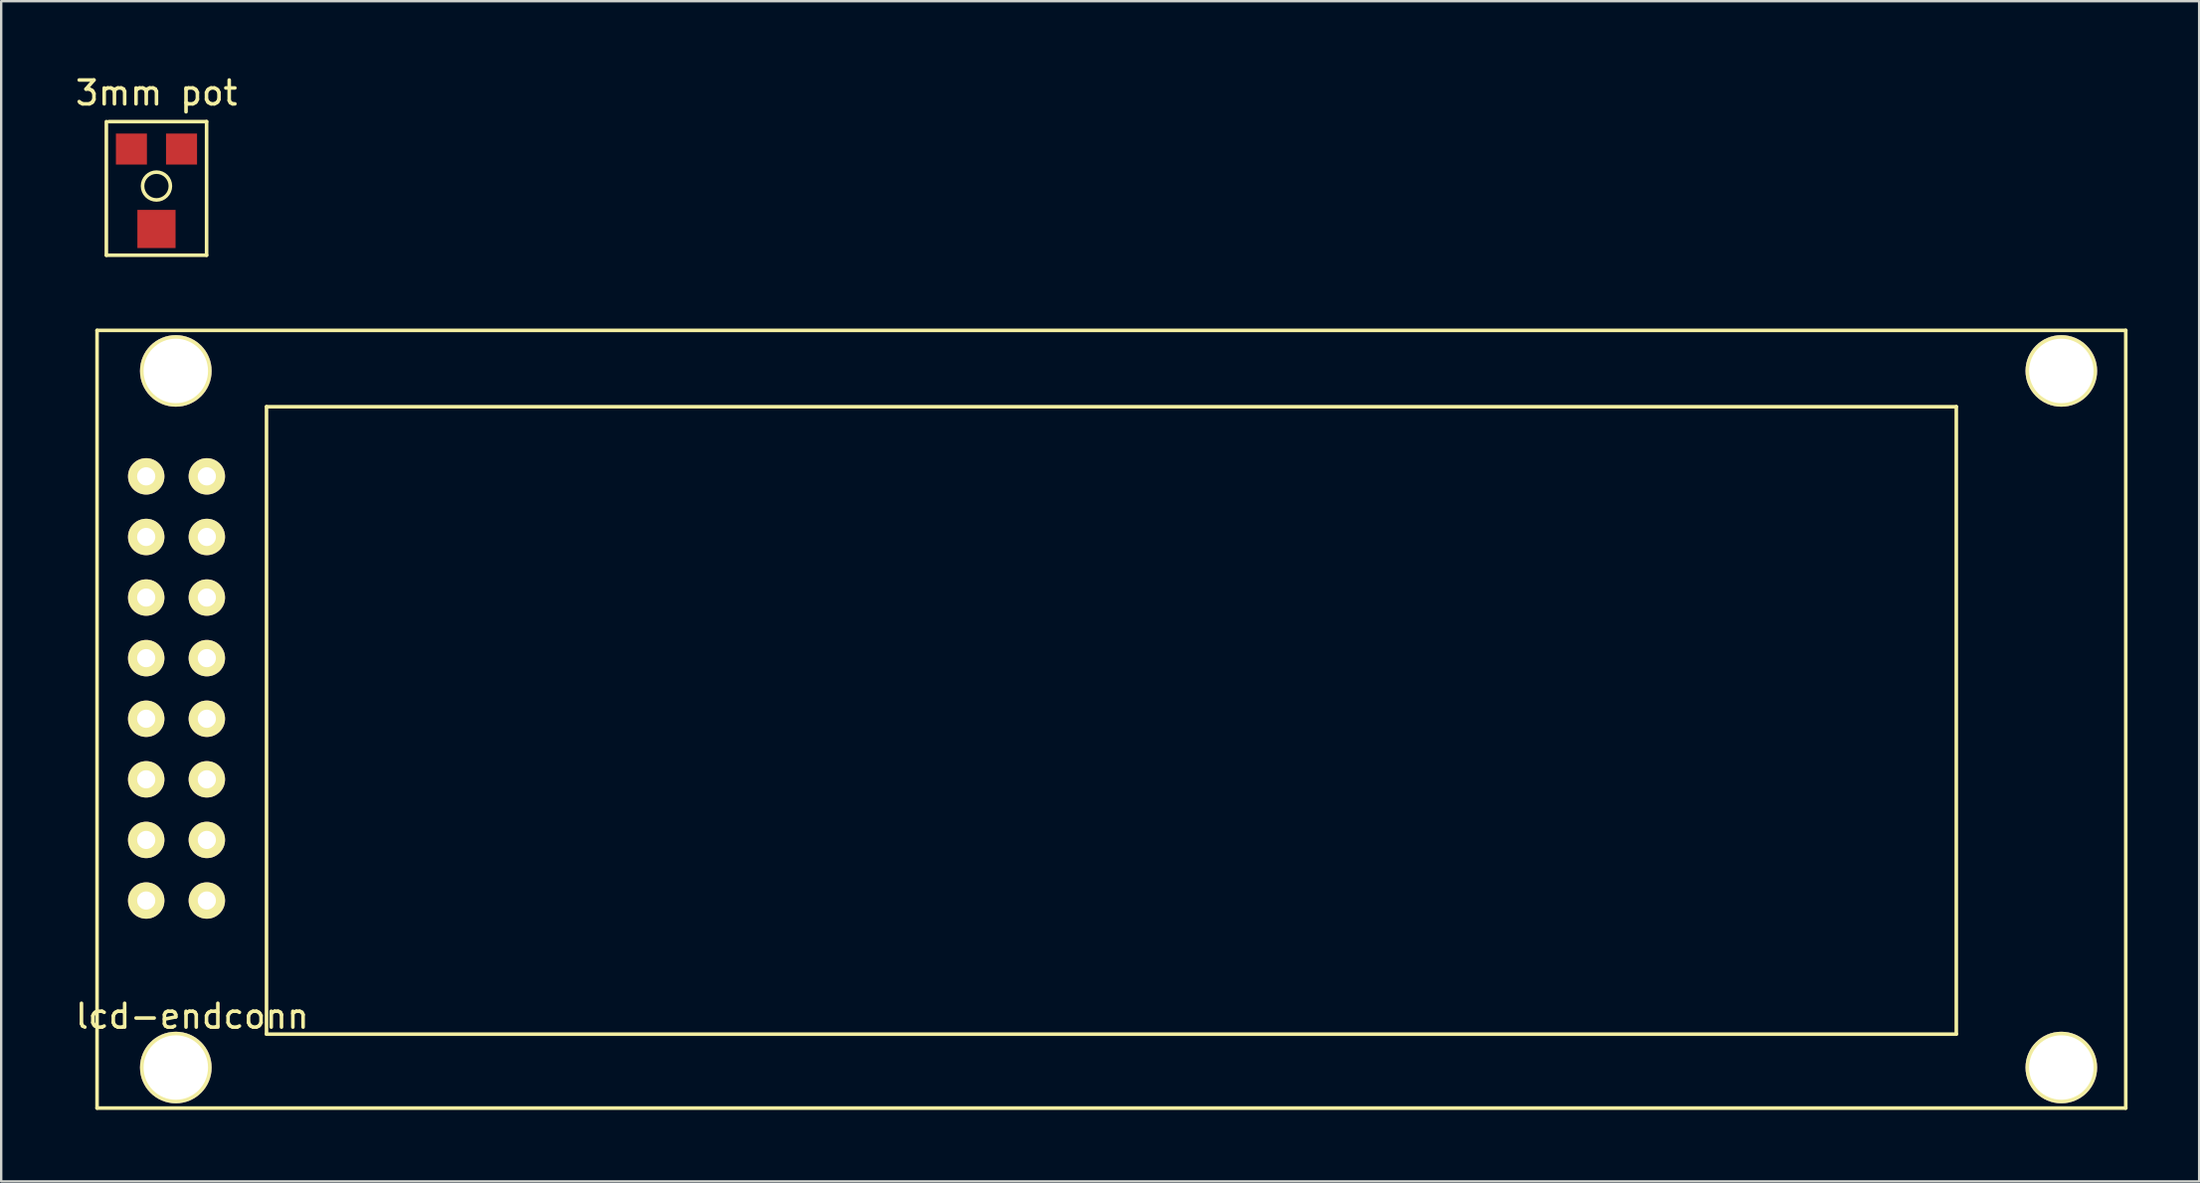
<source format=kicad_pcb>
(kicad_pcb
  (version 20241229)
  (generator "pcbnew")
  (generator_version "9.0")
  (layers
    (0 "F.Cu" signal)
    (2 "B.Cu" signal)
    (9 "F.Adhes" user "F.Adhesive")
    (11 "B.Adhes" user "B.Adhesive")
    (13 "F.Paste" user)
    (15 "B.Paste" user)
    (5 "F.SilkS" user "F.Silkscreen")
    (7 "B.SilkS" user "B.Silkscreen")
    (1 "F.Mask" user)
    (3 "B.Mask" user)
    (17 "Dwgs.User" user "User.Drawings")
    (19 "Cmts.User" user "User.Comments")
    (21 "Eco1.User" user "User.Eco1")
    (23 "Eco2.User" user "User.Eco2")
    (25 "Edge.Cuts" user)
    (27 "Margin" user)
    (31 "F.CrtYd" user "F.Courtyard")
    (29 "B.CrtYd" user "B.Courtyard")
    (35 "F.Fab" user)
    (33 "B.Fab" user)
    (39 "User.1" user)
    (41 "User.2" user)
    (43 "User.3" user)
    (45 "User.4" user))
  (footprint "3mm pot"
    (layer "F.Cu")
    (at 3.506 5.048)
    (property "Reference" "3mm pot" (at 0 -4.2 0) (layer "F.SilkS") (effects (font (size 1 1) (thickness 0.15))))
    (attr through_hole)
    (fp_line (start -2.1 2.6) (end -2.1 -3) (stroke (width 0.15) (type solid)) (layer "F.SilkS"))
    (fp_line (start -2 -3) (end 2.1 -3) (stroke (width 0.15) (type solid)) (layer "F.SilkS"))
    (fp_line (start 2.1 -3) (end 2.1 2.6) (stroke (width 0.15) (type solid)) (layer "F.SilkS"))
    (fp_line (start 2.1 2.6) (end -2.1 2.6) (stroke (width 0.15) (type solid)) (layer "F.SilkS"))
    (fp_circle (center 0 -0.3) (end 0.3 0.2) (stroke (width 0.15) (type solid)) (fill no) (layer "F.SilkS"))
    (pad "1" smd rect (at -1.05 -1.85) (size 1.3 1.3) (layers "F.Cu" "F.Mask" "F.Paste"))
    (pad "2" smd rect (at 1.05 -1.85) (size 1.3 1.3) (layers "F.Cu" "F.Mask" "F.Paste"))
    (pad "3" smd rect (at 0 1.5) (size 1.6 1.6) (layers "F.Cu" "F.Mask" "F.Paste")))
  (footprint "lcd-endconn"
    (layer "F.Cu")
    (at 5.616 34.698)
    (property "Reference" "lcd-endconn" (at -0.61 4.851 0) (layer "F.SilkS") (effects (font (size 1 1) (thickness 0.15))))
    (attr through_hole)
    (fp_line (start -4.6 8.7) (end -4.6 -23.9) (stroke (width 0.15) (type solid)) (layer "F.SilkS"))
    (fp_line (start -4.6 8.7) (end 80.4 8.7) (stroke (width 0.15) (type solid)) (layer "F.SilkS"))
    (fp_line (start 2.5 -20.7) (end 73.3 -20.7) (stroke (width 0.15) (type solid)) (layer "F.SilkS"))
    (fp_line (start 2.5 5.6) (end 2.5 -20.7) (stroke (width 0.15) (type solid)) (layer "F.SilkS"))
    (fp_line (start 73.3 -20.7) (end 73.3 5.6) (stroke (width 0.15) (type solid)) (layer "F.SilkS"))
    (fp_line (start 73.3 5.6) (end 2.5 5.6) (stroke (width 0.15) (type solid)) (layer "F.SilkS"))
    (fp_line (start 80.4 -23.9) (end -4.6 -23.9) (stroke (width 0.15) (type solid)) (layer "F.SilkS"))
    (fp_line (start 80.4 8.7) (end 80.4 -23.9) (stroke (width 0.15) (type solid)) (layer "F.SilkS"))
    (pad "1" thru_hole circle (at 0 0) (size 1.524 1.524) (drill 0.762) (layers "*.Cu" "*.Mask" "F.SilkS"))
    (pad "2" thru_hole circle (at -2.54 0) (size 1.524 1.524) (drill 0.762) (layers "*.Cu" "*.Mask" "F.SilkS"))
    (pad "3" thru_hole circle (at 0 -2.54) (size 1.524 1.524) (drill 0.762) (layers "*.Cu" "*.Mask" "F.SilkS"))
    (pad "4" thru_hole circle (at -2.54 -2.54) (size 1.524 1.524) (drill 0.762) (layers "*.Cu" "*.Mask" "F.SilkS"))
    (pad "5" thru_hole circle (at 0 -5.08) (size 1.524 1.524) (drill 0.762) (layers "*.Cu" "*.Mask" "F.SilkS"))
    (pad "6" thru_hole circle (at -2.54 -5.08) (size 1.524 1.524) (drill 0.762) (layers "*.Cu" "*.Mask" "F.SilkS"))
    (pad "7" thru_hole circle (at 0 -7.62) (size 1.524 1.524) (drill 0.762) (layers "*.Cu" "*.Mask" "F.SilkS"))
    (pad "8" thru_hole circle (at -2.54 -7.62) (size 1.524 1.524) (drill 0.762) (layers "*.Cu" "*.Mask" "F.SilkS"))
    (pad "9" thru_hole circle (at 0 -10.16) (size 1.524 1.524) (drill 0.762) (layers "*.Cu" "*.Mask" "F.SilkS"))
    (pad "10" thru_hole circle (at -2.54 -10.16) (size 1.524 1.524) (drill 0.762) (layers "*.Cu" "*.Mask" "F.SilkS"))
    (pad "11" thru_hole circle (at 0 -12.7) (size 1.524 1.524) (drill 0.762) (layers "*.Cu" "*.Mask" "F.SilkS"))
    (pad "12" thru_hole circle (at -2.54 -12.7) (size 1.524 1.524) (drill 0.762) (layers "*.Cu" "*.Mask" "F.SilkS"))
    (pad "13" thru_hole circle (at 0 -15.24) (size 1.524 1.524) (drill 0.762) (layers "*.Cu" "*.Mask" "F.SilkS"))
    (pad "14" thru_hole circle (at -2.54 -15.24) (size 1.524 1.524) (drill 0.762) (layers "*.Cu" "*.Mask" "F.SilkS"))
    (pad "15" thru_hole circle (at 0 -17.78) (size 1.524 1.524) (drill 0.762) (layers "*.Cu" "*.Mask" "F.SilkS"))
    (pad "16" thru_hole circle (at -2.54 -17.78) (size 1.524 1.524) (drill 0.762) (layers "*.Cu" "*.Mask" "F.SilkS"))
    (pad "17" thru_hole circle (at -1.3 -22.2) (size 3 3) (drill 2.7) (layers "*.Cu" "*.Mask" "F.SilkS"))
    (pad "18" thru_hole circle (at 77.7 -22.2) (size 3 3) (drill 2.7) (layers "*.Cu" "*.Mask" "F.SilkS"))
    (pad "19" thru_hole circle (at 77.7 7) (size 3 3) (drill 2.7) (layers "*.Cu" "*.Mask" "F.SilkS"))
    (pad "20" thru_hole circle (at -1.3 7) (size 3 3) (drill 2.7) (layers "*.Cu" "*.Mask" "F.SilkS")))
  (gr_rect
    (start -3 -3)
    (end 89.091 46.473)
    (stroke (width 0.1) (type default))
    (fill no)
    (layer "Edge.Cuts")))
</source>
